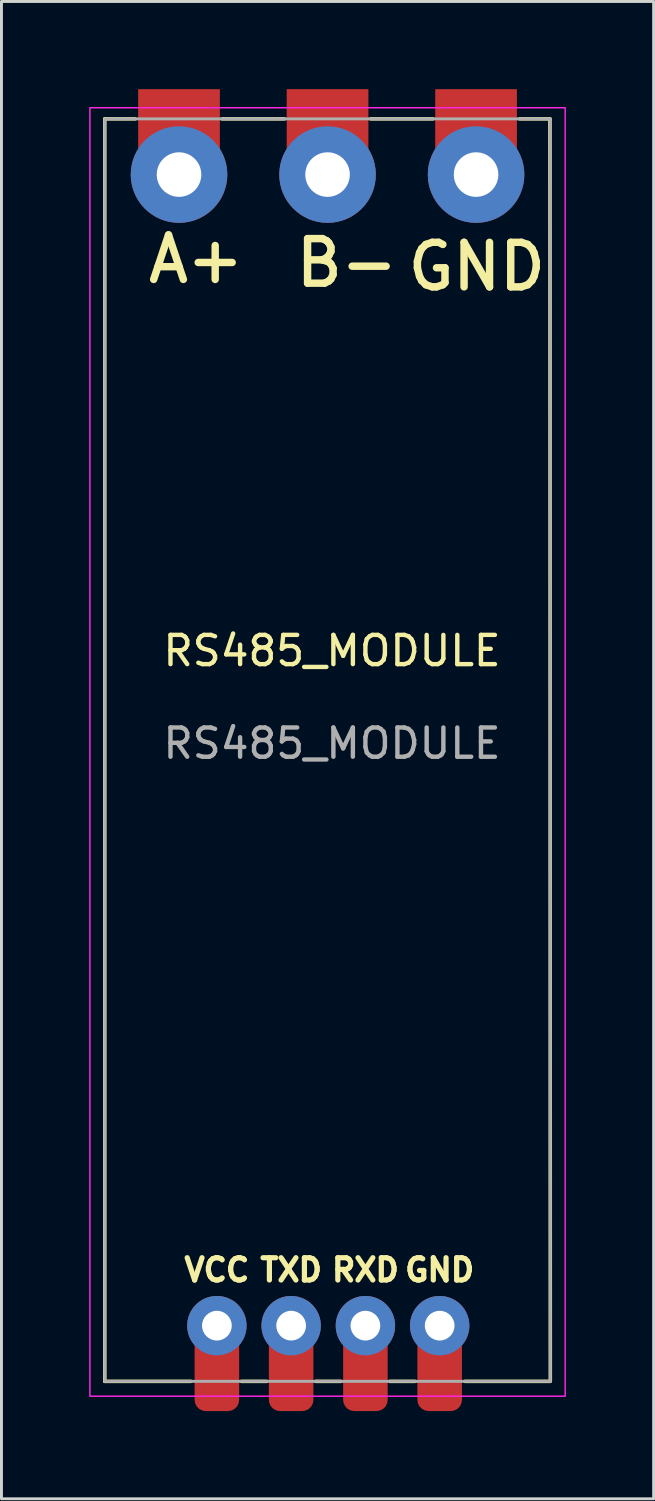
<source format=kicad_pcb>
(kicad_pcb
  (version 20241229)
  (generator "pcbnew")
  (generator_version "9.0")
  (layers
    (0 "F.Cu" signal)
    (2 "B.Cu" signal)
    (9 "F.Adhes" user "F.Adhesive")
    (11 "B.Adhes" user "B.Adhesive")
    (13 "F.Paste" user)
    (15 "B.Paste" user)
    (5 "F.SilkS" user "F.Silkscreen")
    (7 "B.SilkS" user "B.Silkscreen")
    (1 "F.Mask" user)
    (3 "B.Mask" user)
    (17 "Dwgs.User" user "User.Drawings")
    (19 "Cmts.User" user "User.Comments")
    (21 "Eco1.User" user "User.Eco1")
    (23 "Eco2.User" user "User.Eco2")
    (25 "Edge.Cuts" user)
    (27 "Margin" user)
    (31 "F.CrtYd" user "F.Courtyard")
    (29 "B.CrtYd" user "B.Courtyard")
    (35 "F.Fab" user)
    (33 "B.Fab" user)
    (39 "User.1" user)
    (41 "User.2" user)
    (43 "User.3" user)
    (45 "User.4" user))
  (footprint "RS485_MODULE"
    (layer "F.Cu")
    (at 8.305 19.71)
    (property "Reference" "RS485_MODULE" (at 0 -0.5 0) (unlocked yes) (layer "F.SilkS") (effects (font (size 1 1) (thickness 0.15))))
    (attr smd)
    (fp_line (start -7.772 -18.694) (end -7.772 24.486) (stroke (width 0.12) (type solid)) (layer "F.SilkS"))
    (fp_line (start -7.772 -18.694) (end -6.731 -18.694) (stroke (width 0.12) (type solid)) (layer "F.SilkS"))
    (fp_line (start -4.826 24.486) (end -7.772 24.486) (stroke (width 0.12) (type solid)) (layer "F.SilkS"))
    (fp_line (start -3.759 -18.694) (end -1.626 -18.694) (stroke (width 0.12) (type solid)) (layer "F.SilkS"))
    (fp_line (start -2.235 24.486) (end -3.099 24.486) (stroke (width 0.12) (type solid)) (layer "F.SilkS"))
    (fp_line (start 0.305 24.486) (end -0.559 24.486) (stroke (width 0.12) (type solid)) (layer "F.SilkS"))
    (fp_line (start 1.321 -18.694) (end 3.454 -18.694) (stroke (width 0.12) (type solid)) (layer "F.SilkS"))
    (fp_line (start 2.845 24.486) (end 1.981 24.486) (stroke (width 0.12) (type solid)) (layer "F.SilkS"))
    (fp_line (start 6.413 -18.694) (end 7.455 -18.694) (stroke (width 0.12) (type solid)) (layer "F.SilkS"))
    (fp_line (start 7.455 -18.694) (end 7.468 24.46) (stroke (width 0.12) (type solid)) (layer "F.SilkS"))
    (fp_line (start 7.468 24.486) (end 4.547 24.486) (stroke (width 0.12) (type solid)) (layer "F.SilkS"))
    (fp_rect (start -8.28 -19.075) (end 7.976 24.994) (stroke (width 0.05) (type solid)) (fill no) (layer "F.CrtYd"))
    (fp_rect (start -7.772 -18.694) (end 7.468 24.486) (stroke (width 0.1) (type solid)) (fill no) (layer "F.Fab"))
    (fp_text user "TXD" (at -1.397 20.676 0) (unlocked yes) (layer "F.SilkS") (effects (font (size 0.762 0.762) (thickness 0.178))))
    (fp_text user "A+" (at -4.648 -13.894 0) (unlocked yes) (layer "F.SilkS") (effects (font (size 1.524 1.524) (thickness 0.254))))
    (fp_text user "VCC" (at -3.937 20.676 0) (unlocked yes) (layer "F.SilkS") (effects (font (size 0.762 0.762) (thickness 0.178))))
    (fp_text user "B-" (at 0.508 -13.767 0) (unlocked yes) (layer "F.SilkS") (effects (font (size 1.524 1.524) (thickness 0.254))))
    (fp_text user "GND" (at 4.953 -13.64 0) (unlocked yes) (layer "F.SilkS") (effects (font (size 1.524 1.524) (thickness 0.254))))
    (fp_text user "GND" (at 3.683 20.676 0) (unlocked yes) (layer "F.SilkS") (effects (font (size 0.762 0.762) (thickness 0.178))))
    (fp_text user "RXD" (at 1.143 20.676 0) (unlocked yes) (layer "F.SilkS") (effects (font (size 0.762 0.762) (thickness 0.178))))
    (fp_text user "${REFERENCE}" (at 0 2.667 0) (unlocked yes) (layer "F.Fab") (effects (font (size 1 1) (thickness 0.15))))
    (pad "1" smd trapezoid (at -5.232 -17.805 90) (size 3.81 2.794) (layers "F.Cu" "F.Mask"))
    (pad "1" thru_hole oval (at -5.232 -16.789) (size 3.302 3.302) (drill 1.524) (layers "*.Cu" "*.Mask"))
    (pad "2" smd trapezoid (at -0.152 -17.805 90) (size 3.81 2.794) (layers "F.Cu" "F.Mask"))
    (pad "2" thru_hole oval (at -0.152 -16.789) (size 3.302 3.302) (drill 1.524) (layers "*.Cu" "*.Mask"))
    (pad "3" smd trapezoid (at 4.928 -17.805 90) (size 3.81 2.794) (layers "F.Cu" "F.Mask"))
    (pad "3" thru_hole oval (at 4.928 -16.789) (size 3.302 3.302) (drill 1.524) (layers "*.Cu" "*.Mask"))
    (pad "4" thru_hole oval (at -3.937 22.581 90) (size 2.032 2.032) (drill 1.016) (layers "*.Cu" "*.Mask"))
    (pad "4" smd roundrect (at -3.937 23.597 90) (size 3.81 1.524) (layers "F.Cu" "F.Mask") (roundrect_rratio 0.25))
    (pad "5" thru_hole oval (at -1.397 22.581 90) (size 2.032 2.032) (drill 1.016) (layers "*.Cu" "*.Mask"))
    (pad "5" smd roundrect (at -1.397 23.597 90) (size 3.81 1.524) (layers "F.Cu" "F.Mask") (roundrect_rratio 0.25))
    (pad "6" thru_hole oval (at 1.143 22.581 90) (size 2.032 2.032) (drill 1.016) (layers "*.Cu" "*.Mask"))
    (pad "6" smd roundrect (at 1.143 23.597 90) (size 3.81 1.524) (layers "F.Cu" "F.Mask") (roundrect_rratio 0.25))
    (pad "7" thru_hole oval (at 3.683 22.581 90) (size 2.032 2.032) (drill 1.016) (layers "*.Cu" "*.Mask"))
    (pad "7" smd roundrect (at 3.683 23.597 90) (size 3.81 1.524) (layers "F.Cu" "F.Mask") (roundrect_rratio 0.25)))
  (gr_rect
    (start -3 -3)
    (end 19.306 48.212)
    (stroke (width 0.1) (type default))
    (fill no)
    (layer "Edge.Cuts")))
</source>
